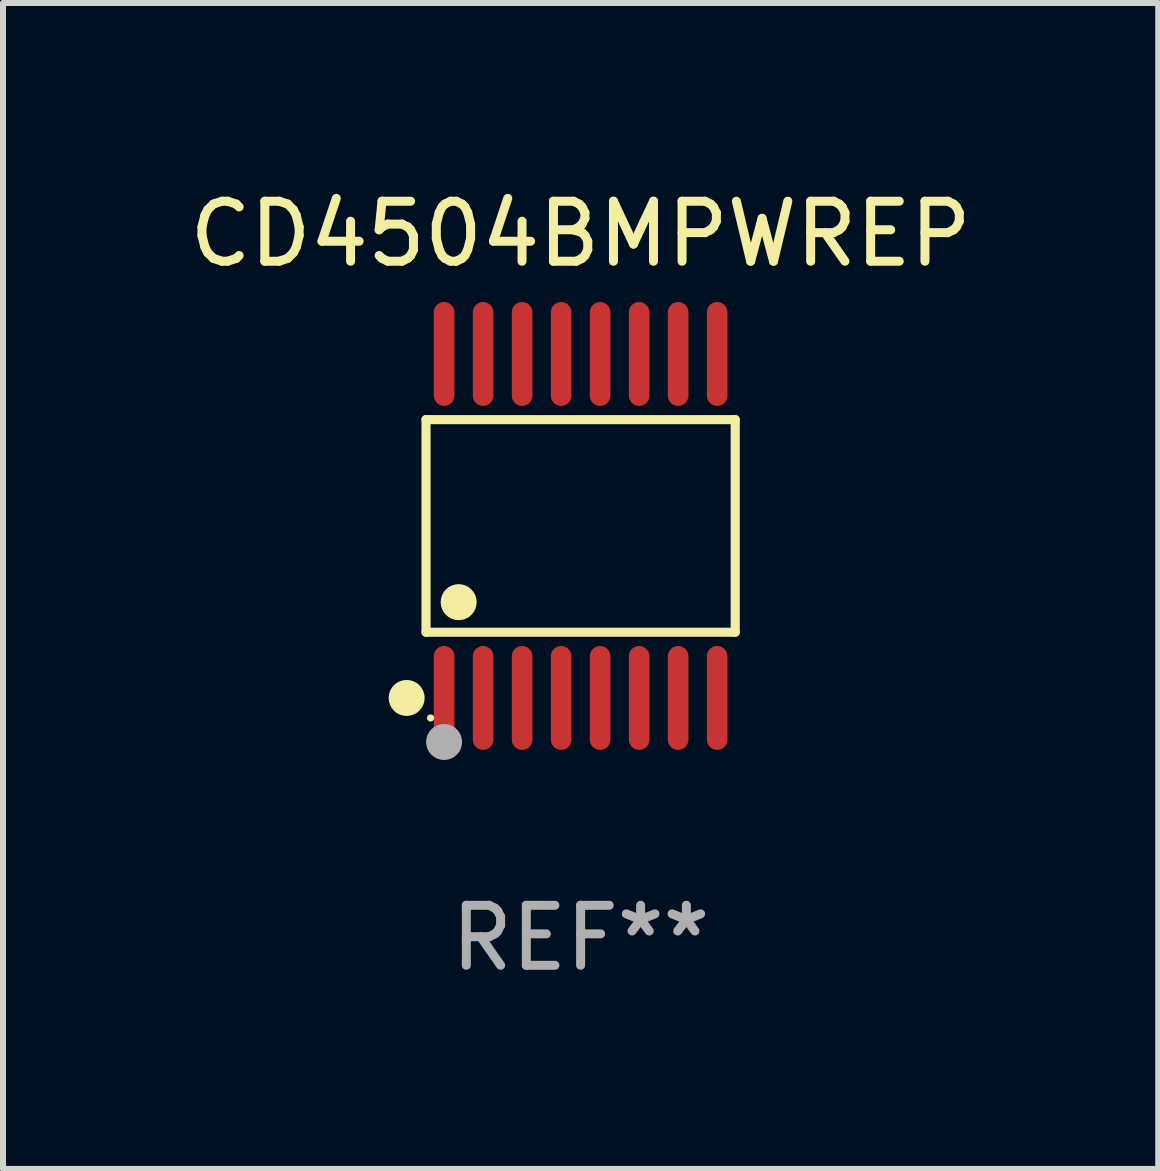
<source format=kicad_pcb>
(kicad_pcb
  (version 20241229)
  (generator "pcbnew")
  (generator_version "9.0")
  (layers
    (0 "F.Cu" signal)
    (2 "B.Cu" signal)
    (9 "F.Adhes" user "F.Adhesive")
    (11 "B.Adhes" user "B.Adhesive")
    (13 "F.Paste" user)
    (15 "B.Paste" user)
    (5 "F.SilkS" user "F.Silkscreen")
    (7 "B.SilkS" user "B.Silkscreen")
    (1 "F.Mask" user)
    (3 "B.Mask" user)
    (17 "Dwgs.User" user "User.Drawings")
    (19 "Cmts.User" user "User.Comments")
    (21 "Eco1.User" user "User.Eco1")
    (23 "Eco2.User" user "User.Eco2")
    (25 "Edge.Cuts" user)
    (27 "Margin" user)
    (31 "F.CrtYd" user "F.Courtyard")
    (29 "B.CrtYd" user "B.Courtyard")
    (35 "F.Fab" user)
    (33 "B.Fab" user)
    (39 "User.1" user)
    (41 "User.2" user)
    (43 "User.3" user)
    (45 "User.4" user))
  (footprint "CD4504BMPWREP"
    (layer "F.Cu")
    (at 6.625 5.714)
    (property "Reference" "CD4504BMPWREP" (at 0 -4.866 0) (layer "F.SilkS") (effects (font (size 1 1) (thickness 0.15))))
    (attr through_hole)
    (fp_line (start -2.576 -1.772) (end 2.576 -1.772) (stroke (width 0.152) (type solid)) (layer "F.SilkS"))
    (fp_line (start -2.576 1.771) (end -2.576 -1.772) (stroke (width 0.152) (type solid)) (layer "F.SilkS"))
    (fp_line (start 2.576 -1.772) (end 2.576 1.771) (stroke (width 0.152) (type solid)) (layer "F.SilkS"))
    (fp_line (start 2.576 1.771) (end -2.576 1.771) (stroke (width 0.152) (type solid)) (layer "F.SilkS"))
    (fp_circle (center -2.899 2.866) (end -2.749 2.866) (stroke (width 0.3) (type solid)) (fill no) (layer "F.SilkS"))
    (fp_circle (center -2.5 3.2) (end -2.47 3.2) (stroke (width 0.06) (type solid)) (fill no) (layer "F.SilkS"))
    (fp_circle (center -2.032 1.27) (end -1.882 1.27) (stroke (width 0.3) (type solid)) (fill no) (layer "F.SilkS"))
    (fp_circle (center -2.275 3.6) (end -2.125 3.6) (stroke (width 0.3) (type solid)) (fill no) (layer "F.Fab"))
    (fp_text user "REF**" (at 0 6.866 0) (layer "F.Fab") (effects (font (size 1 1) (thickness 0.15))))
    (pad "1" smd oval (at -2.275 2.866) (size 0.343 1.731) (layers "F.Cu" "F.Mask" "F.Paste"))
    (pad "2" smd oval (at -1.625 2.866) (size 0.343 1.731) (layers "F.Cu" "F.Mask" "F.Paste"))
    (pad "3" smd oval (at -0.975 2.866) (size 0.343 1.731) (layers "F.Cu" "F.Mask" "F.Paste"))
    (pad "4" smd oval (at -0.325 2.866) (size 0.343 1.731) (layers "F.Cu" "F.Mask" "F.Paste"))
    (pad "5" smd oval (at 0.325 2.866) (size 0.343 1.731) (layers "F.Cu" "F.Mask" "F.Paste"))
    (pad "6" smd oval (at 0.975 2.866) (size 0.343 1.731) (layers "F.Cu" "F.Mask" "F.Paste"))
    (pad "7" smd oval (at 1.625 2.866) (size 0.343 1.731) (layers "F.Cu" "F.Mask" "F.Paste"))
    (pad "8" smd oval (at 2.275 2.866) (size 0.343 1.731) (layers "F.Cu" "F.Mask" "F.Paste"))
    (pad "9" smd oval (at 2.275 -2.866) (size 0.343 1.731) (layers "F.Cu" "F.Mask" "F.Paste"))
    (pad "10" smd oval (at 1.625 -2.866) (size 0.343 1.731) (layers "F.Cu" "F.Mask" "F.Paste"))
    (pad "11" smd oval (at 0.975 -2.866) (size 0.343 1.731) (layers "F.Cu" "F.Mask" "F.Paste"))
    (pad "12" smd oval (at 0.325 -2.866) (size 0.343 1.731) (layers "F.Cu" "F.Mask" "F.Paste"))
    (pad "13" smd oval (at -0.325 -2.866) (size 0.343 1.731) (layers "F.Cu" "F.Mask" "F.Paste"))
    (pad "14" smd oval (at -0.975 -2.866) (size 0.343 1.731) (layers "F.Cu" "F.Mask" "F.Paste"))
    (pad "15" smd oval (at -1.625 -2.866) (size 0.343 1.731) (layers "F.Cu" "F.Mask" "F.Paste"))
    (pad "16" smd oval (at -2.275 -2.866) (size 0.343 1.731) (layers "F.Cu" "F.Mask" "F.Paste")))
  (gr_rect
    (start -3 -3)
    (end 16.25 16.428)
    (stroke (width 0.1) (type default))
    (fill no)
    (layer "Edge.Cuts")))
</source>
